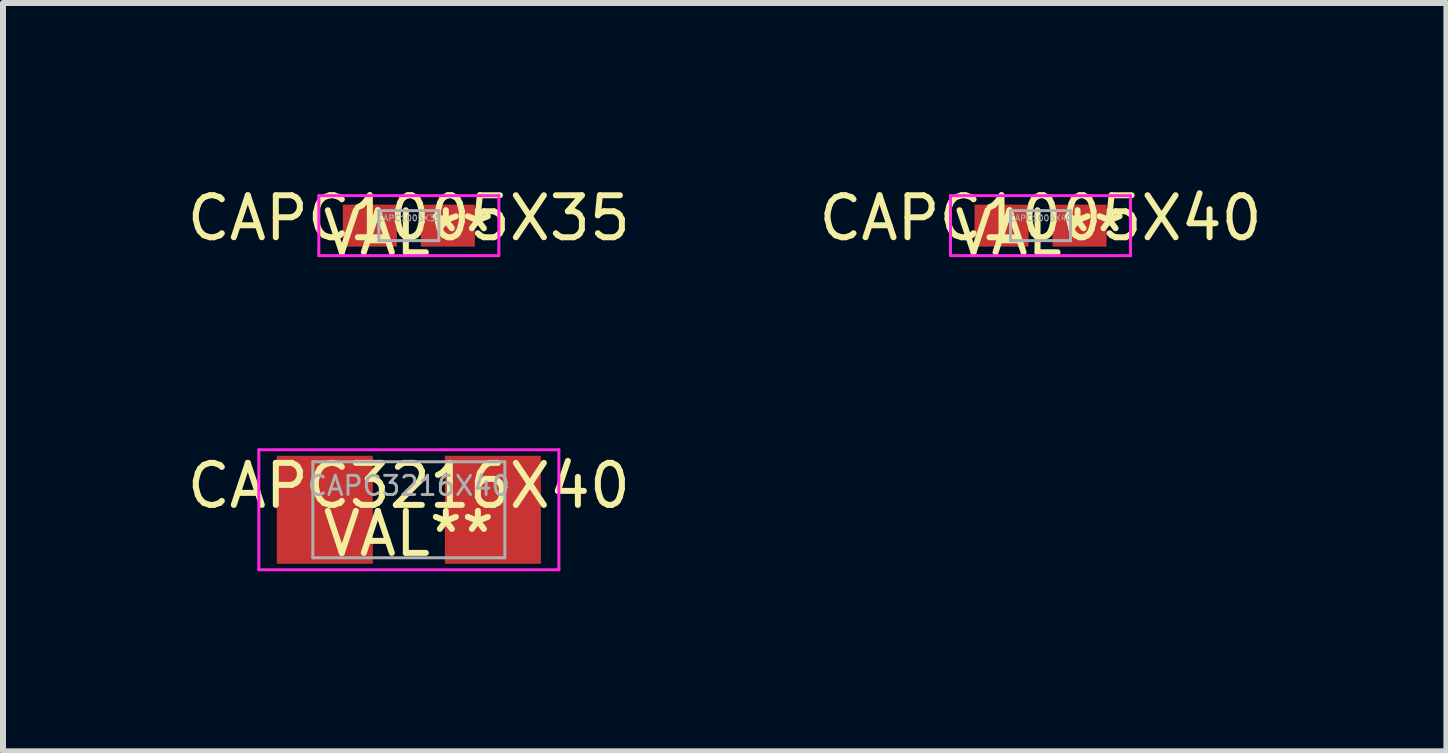
<source format=kicad_pcb>
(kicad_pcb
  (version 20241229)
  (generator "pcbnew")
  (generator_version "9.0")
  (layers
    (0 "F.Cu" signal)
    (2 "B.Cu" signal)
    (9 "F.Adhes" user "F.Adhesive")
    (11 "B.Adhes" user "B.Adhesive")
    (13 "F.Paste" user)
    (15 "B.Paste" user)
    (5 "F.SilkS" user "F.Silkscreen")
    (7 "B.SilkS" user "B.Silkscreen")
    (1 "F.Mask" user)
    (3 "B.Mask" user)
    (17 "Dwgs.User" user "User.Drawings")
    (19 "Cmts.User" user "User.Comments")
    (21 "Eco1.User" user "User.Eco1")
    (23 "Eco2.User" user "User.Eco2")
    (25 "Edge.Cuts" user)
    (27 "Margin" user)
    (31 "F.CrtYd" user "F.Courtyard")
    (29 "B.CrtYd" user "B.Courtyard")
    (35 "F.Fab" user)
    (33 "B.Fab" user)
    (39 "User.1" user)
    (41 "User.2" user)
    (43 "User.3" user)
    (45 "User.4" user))
  (footprint "CAPC1005X40"
    (layer "F.Cu")
    (at 14.29 0.71)
    (property "Reference" "CAPC1005X40" (at 0 -0.125 0) (layer "F.Fab") (effects (font (size 0.1 0.1) (thickness 0.015))))
    (property "Value" "VAL**" (at 0 0.125 0) (layer "F.Fab") (hide yes) (effects (font (size 0.1 0.1) (thickness 0.015))))
    (attr smd)
    (fp_line (start -1.5 -0.5) (end 1.5 -0.5) (stroke (width 0.05) (type solid)) (layer "F.CrtYd"))
    (fp_line (start -1.5 0.5) (end -1.5 -0.5) (stroke (width 0.05) (type solid)) (layer "F.CrtYd"))
    (fp_line (start 1.5 -0.5) (end 1.5 0.5) (stroke (width 0.05) (type solid)) (layer "F.CrtYd"))
    (fp_line (start 1.5 0.5) (end -1.5 0.5) (stroke (width 0.05) (type solid)) (layer "F.CrtYd"))
    (fp_line (start -0.5 -0.25) (end 0.5 -0.25) (stroke (width 0.05) (type solid)) (layer "F.Fab"))
    (fp_line (start -0.5 0.25) (end -0.5 -0.25) (stroke (width 0.05) (type solid)) (layer "F.Fab"))
    (fp_line (start 0.5 -0.25) (end 0.5 0.25) (stroke (width 0.05) (type solid)) (layer "F.Fab"))
    (fp_line (start 0.5 0.25) (end -0.5 0.25) (stroke (width 0.05) (type solid)) (layer "F.Fab"))
    (fp_text user "${VALUE}" (at 0 0.125 0) (layer "F.SilkS") (effects (font (size 0.7 0.7) (thickness 0.1))))
    (fp_text user "${REFERENCE}" (at 0 -0.125 0) (layer "F.SilkS") (effects (font (size 0.7 0.7) (thickness 0.1))))
    (pad "1" smd rect (at -0.65 0) (size 0.9 0.7) (layers "F.Cu" "F.Mask" "F.Paste"))
    (pad "2" smd rect (at 0.65 0) (size 0.9 0.7) (layers "F.Cu" "F.Mask" "F.Paste")))
  (footprint "CAPC3216X40"
    (layer "F.Cu")
    (at 3.763 5.445)
    (property "Reference" "CAPC3216X40" (at 0 -0.4 0) (layer "F.Fab") (effects (font (size 0.32 0.32) (thickness 0.048))))
    (property "Value" "VAL**" (at 0 0.4 0) (layer "F.Fab") (hide yes) (effects (font (size 0.32 0.32) (thickness 0.048))))
    (attr smd)
    (fp_line (start -2.5 -1) (end 2.5 -1) (stroke (width 0.05) (type solid)) (layer "F.CrtYd"))
    (fp_line (start -2.5 1) (end -2.5 -1) (stroke (width 0.05) (type solid)) (layer "F.CrtYd"))
    (fp_line (start 2.5 -1) (end 2.5 1) (stroke (width 0.05) (type solid)) (layer "F.CrtYd"))
    (fp_line (start 2.5 1) (end -2.5 1) (stroke (width 0.05) (type solid)) (layer "F.CrtYd"))
    (fp_line (start -1.6 -0.8) (end 1.6 -0.8) (stroke (width 0.05) (type solid)) (layer "F.Fab"))
    (fp_line (start -1.6 0.8) (end -1.6 -0.8) (stroke (width 0.05) (type solid)) (layer "F.Fab"))
    (fp_line (start 1.6 -0.8) (end 1.6 0.8) (stroke (width 0.05) (type solid)) (layer "F.Fab"))
    (fp_line (start 1.6 0.8) (end -1.6 0.8) (stroke (width 0.05) (type solid)) (layer "F.Fab"))
    (fp_text user "${REFERENCE}" (at 0 -0.4 0) (layer "F.SilkS") (effects (font (size 0.7 0.7) (thickness 0.1))))
    (fp_text user "${VALUE}" (at 0 0.4 0) (layer "F.SilkS") (effects (font (size 0.7 0.7) (thickness 0.1))))
    (pad "1" smd rect (at -1.4 0) (size 1.6 1.8) (layers "F.Cu" "F.Mask" "F.Paste"))
    (pad "2" smd rect (at 1.4 0) (size 1.6 1.8) (layers "F.Cu" "F.Mask" "F.Paste")))
  (footprint "CAPC1005X35"
    (layer "F.Cu")
    (at 3.763 0.71)
    (property "Reference" "CAPC1005X35" (at 0 -0.125 0) (layer "F.Fab") (effects (font (size 0.1 0.1) (thickness 0.015))))
    (property "Value" "VAL**" (at 0 0.125 0) (layer "F.Fab") (hide yes) (effects (font (size 0.1 0.1) (thickness 0.015))))
    (attr smd)
    (fp_line (start -1.5 -0.5) (end 1.5 -0.5) (stroke (width 0.05) (type solid)) (layer "F.CrtYd"))
    (fp_line (start -1.5 0.5) (end -1.5 -0.5) (stroke (width 0.05) (type solid)) (layer "F.CrtYd"))
    (fp_line (start 1.5 -0.5) (end 1.5 0.5) (stroke (width 0.05) (type solid)) (layer "F.CrtYd"))
    (fp_line (start 1.5 0.5) (end -1.5 0.5) (stroke (width 0.05) (type solid)) (layer "F.CrtYd"))
    (fp_line (start -0.5 -0.25) (end 0.5 -0.25) (stroke (width 0.05) (type solid)) (layer "F.Fab"))
    (fp_line (start -0.5 0.25) (end -0.5 -0.25) (stroke (width 0.05) (type solid)) (layer "F.Fab"))
    (fp_line (start 0.5 -0.25) (end 0.5 0.25) (stroke (width 0.05) (type solid)) (layer "F.Fab"))
    (fp_line (start 0.5 0.25) (end -0.5 0.25) (stroke (width 0.05) (type solid)) (layer "F.Fab"))
    (fp_text user "${REFERENCE}" (at 0 -0.125 0) (layer "F.SilkS") (effects (font (size 0.7 0.7) (thickness 0.1))))
    (fp_text user "${VALUE}" (at 0 0.125 0) (layer "F.SilkS") (effects (font (size 0.7 0.7) (thickness 0.1))))
    (pad "1" smd rect (at -0.65 0) (size 0.9 0.7) (layers "F.Cu" "F.Mask" "F.Paste"))
    (pad "2" smd rect (at 0.65 0) (size 0.9 0.7) (layers "F.Cu" "F.Mask" "F.Paste")))
  (gr_rect
    (start -3 -3)
    (end 21.053 9.47)
    (stroke (width 0.1) (type default))
    (fill no)
    (layer "Edge.Cuts")))
</source>
